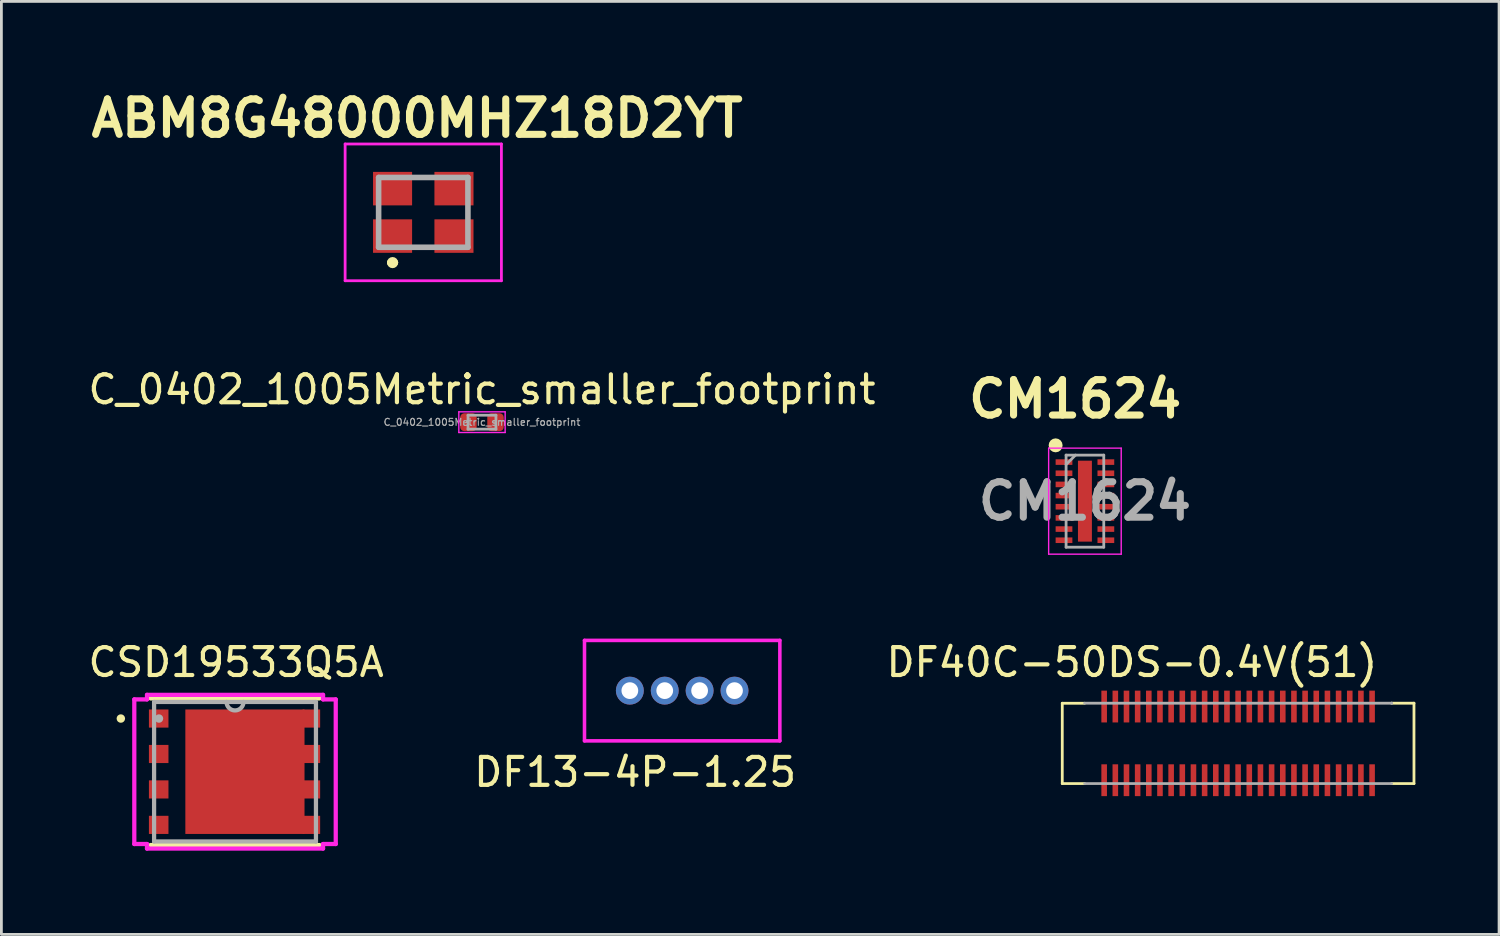
<source format=kicad_pcb>
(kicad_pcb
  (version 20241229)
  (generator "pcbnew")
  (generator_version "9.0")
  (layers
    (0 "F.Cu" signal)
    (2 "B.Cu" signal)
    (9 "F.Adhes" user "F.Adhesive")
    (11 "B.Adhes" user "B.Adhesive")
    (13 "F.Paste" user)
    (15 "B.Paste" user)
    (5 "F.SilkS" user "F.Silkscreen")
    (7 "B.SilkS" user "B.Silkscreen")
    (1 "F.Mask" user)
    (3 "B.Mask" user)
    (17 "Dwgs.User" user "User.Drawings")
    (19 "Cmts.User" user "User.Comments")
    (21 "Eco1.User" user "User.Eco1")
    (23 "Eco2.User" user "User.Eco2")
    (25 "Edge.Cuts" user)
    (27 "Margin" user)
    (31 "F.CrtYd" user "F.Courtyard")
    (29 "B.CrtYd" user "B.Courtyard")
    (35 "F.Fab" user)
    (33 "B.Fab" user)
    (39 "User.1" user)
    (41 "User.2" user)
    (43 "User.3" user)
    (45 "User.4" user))
  (footprint "DF40C-50DS-0.4V(51)"
    (layer "F.Cu")
    (at 41.313 23.586)
    (property "Reference" "DF40C-50DS-0.4V(51)" (at -3.807 -2.905 0) (layer "F.SilkS") (effects (font (size 1 1) (thickness 0.15))))
    (attr through_hole)
    (fp_line (start -6.301 -1.438) (end -6.301 1.44) (stroke (width 0.1) (type solid)) (layer "F.SilkS"))
    (fp_line (start -6.301 1.44) (end -5.499 1.44) (stroke (width 0.1) (type solid)) (layer "F.SilkS"))
    (fp_line (start -5.499 -1.438) (end -6.301 -1.438) (stroke (width 0.1) (type solid)) (layer "F.SilkS"))
    (fp_line (start 5.501 -1.44) (end 6.301 -1.44) (stroke (width 0.1) (type solid)) (layer "F.SilkS"))
    (fp_line (start 6.301 -1.44) (end 6.301 1.44) (stroke (width 0.1) (type solid)) (layer "F.SilkS"))
    (fp_line (start 6.301 1.44) (end 5.499 1.44) (stroke (width 0.1) (type solid)) (layer "F.SilkS"))
    (fp_line (start -5.501 -1.44) (end 5.501 -1.44) (stroke (width 0.1) (type solid)) (layer "F.Fab"))
    (fp_line (start -5.499 1.44) (end 5.499 1.44) (stroke (width 0.1) (type solid)) (layer "F.Fab"))
    (fp_line (start 5.501 -1.44) (end 5.501 -1.441) (stroke (width 0.1) (type solid)) (layer "F.Fab"))
    (pad "1" smd rect (at -4.8 1.32) (size 0.2 1.14) (layers "F.Cu" "F.Mask" "F.Paste"))
    (pad "2" smd rect (at -4.8 -1.32) (size 0.2 1.14) (layers "F.Cu" "F.Mask" "F.Paste"))
    (pad "3" smd rect (at -4.4 1.32) (size 0.2 1.14) (layers "F.Cu" "F.Mask" "F.Paste"))
    (pad "4" smd rect (at -4.4 -1.32) (size 0.2 1.14) (layers "F.Cu" "F.Mask" "F.Paste"))
    (pad "5" smd rect (at -4 1.32) (size 0.2 1.14) (layers "F.Cu" "F.Mask" "F.Paste"))
    (pad "6" smd rect (at -4 -1.32) (size 0.2 1.14) (layers "F.Cu" "F.Mask" "F.Paste"))
    (pad "7" smd rect (at -3.6 1.32) (size 0.2 1.14) (layers "F.Cu" "F.Mask" "F.Paste"))
    (pad "8" smd rect (at -3.6 -1.32) (size 0.2 1.14) (layers "F.Cu" "F.Mask" "F.Paste"))
    (pad "9" smd rect (at -3.2 1.32) (size 0.2 1.14) (layers "F.Cu" "F.Mask" "F.Paste"))
    (pad "10" smd rect (at -3.2 -1.32) (size 0.2 1.14) (layers "F.Cu" "F.Mask" "F.Paste"))
    (pad "11" smd rect (at -2.8 1.32) (size 0.2 1.14) (layers "F.Cu" "F.Mask" "F.Paste"))
    (pad "12" smd rect (at -2.8 -1.32) (size 0.2 1.14) (layers "F.Cu" "F.Mask" "F.Paste"))
    (pad "13" smd rect (at -2.4 1.32) (size 0.2 1.14) (layers "F.Cu" "F.Mask" "F.Paste"))
    (pad "14" smd rect (at -2.4 -1.32) (size 0.2 1.14) (layers "F.Cu" "F.Mask" "F.Paste"))
    (pad "15" smd rect (at -2 1.32) (size 0.2 1.14) (layers "F.Cu" "F.Mask" "F.Paste"))
    (pad "16" smd rect (at -2 -1.32) (size 0.2 1.14) (layers "F.Cu" "F.Mask" "F.Paste"))
    (pad "17" smd rect (at -1.6 1.32) (size 0.2 1.14) (layers "F.Cu" "F.Mask" "F.Paste"))
    (pad "18" smd rect (at -1.6 -1.32) (size 0.2 1.14) (layers "F.Cu" "F.Mask" "F.Paste"))
    (pad "19" smd rect (at -1.2 1.32) (size 0.2 1.14) (layers "F.Cu" "F.Mask" "F.Paste"))
    (pad "20" smd rect (at -1.2 -1.32) (size 0.2 1.14) (layers "F.Cu" "F.Mask" "F.Paste"))
    (pad "21" smd rect (at -0.8 1.32) (size 0.2 1.14) (layers "F.Cu" "F.Mask" "F.Paste"))
    (pad "22" smd rect (at -0.8 -1.32) (size 0.2 1.14) (layers "F.Cu" "F.Mask" "F.Paste"))
    (pad "23" smd rect (at -0.4 1.32) (size 0.2 1.14) (layers "F.Cu" "F.Mask" "F.Paste"))
    (pad "24" smd rect (at -0.4 -1.32) (size 0.2 1.14) (layers "F.Cu" "F.Mask" "F.Paste"))
    (pad "25" smd rect (at 0 1.32) (size 0.2 1.14) (layers "F.Cu" "F.Mask" "F.Paste"))
    (pad "26" smd rect (at 0 -1.32) (size 0.2 1.14) (layers "F.Cu" "F.Mask" "F.Paste"))
    (pad "27" smd rect (at 0.4 1.32) (size 0.2 1.14) (layers "F.Cu" "F.Mask" "F.Paste"))
    (pad "28" smd rect (at 0.4 -1.32) (size 0.2 1.14) (layers "F.Cu" "F.Mask" "F.Paste"))
    (pad "29" smd rect (at 0.8 1.32) (size 0.2 1.14) (layers "F.Cu" "F.Mask" "F.Paste"))
    (pad "30" smd rect (at 0.8 -1.32) (size 0.2 1.14) (layers "F.Cu" "F.Mask" "F.Paste"))
    (pad "31" smd rect (at 1.2 1.32) (size 0.2 1.14) (layers "F.Cu" "F.Mask" "F.Paste"))
    (pad "32" smd rect (at 1.2 -1.32) (size 0.2 1.14) (layers "F.Cu" "F.Mask" "F.Paste"))
    (pad "33" smd rect (at 1.6 1.32) (size 0.2 1.14) (layers "F.Cu" "F.Mask" "F.Paste"))
    (pad "34" smd rect (at 1.6 -1.32) (size 0.2 1.14) (layers "F.Cu" "F.Mask" "F.Paste"))
    (pad "35" smd rect (at 2 1.32) (size 0.2 1.14) (layers "F.Cu" "F.Mask" "F.Paste"))
    (pad "36" smd rect (at 2 -1.32) (size 0.2 1.14) (layers "F.Cu" "F.Mask" "F.Paste"))
    (pad "37" smd rect (at 2.4 1.32) (size 0.2 1.14) (layers "F.Cu" "F.Mask" "F.Paste"))
    (pad "38" smd rect (at 2.4 -1.32) (size 0.2 1.14) (layers "F.Cu" "F.Mask" "F.Paste"))
    (pad "39" smd rect (at 2.8 1.32) (size 0.2 1.14) (layers "F.Cu" "F.Mask" "F.Paste"))
    (pad "40" smd rect (at 2.8 -1.32) (size 0.2 1.14) (layers "F.Cu" "F.Mask" "F.Paste"))
    (pad "41" smd rect (at 3.2 1.32) (size 0.2 1.14) (layers "F.Cu" "F.Mask" "F.Paste"))
    (pad "42" smd rect (at 3.2 -1.32) (size 0.2 1.14) (layers "F.Cu" "F.Mask" "F.Paste"))
    (pad "43" smd rect (at 3.6 1.32) (size 0.2 1.14) (layers "F.Cu" "F.Mask" "F.Paste"))
    (pad "44" smd rect (at 3.6 -1.32) (size 0.2 1.14) (layers "F.Cu" "F.Mask" "F.Paste"))
    (pad "45" smd rect (at 4 1.32) (size 0.2 1.14) (layers "F.Cu" "F.Mask" "F.Paste"))
    (pad "46" smd rect (at 4 -1.32) (size 0.2 1.14) (layers "F.Cu" "F.Mask" "F.Paste"))
    (pad "47" smd rect (at 4.4 1.32) (size 0.2 1.14) (layers "F.Cu" "F.Mask" "F.Paste"))
    (pad "48" smd rect (at 4.4 -1.32) (size 0.2 1.14) (layers "F.Cu" "F.Mask" "F.Paste"))
    (pad "49" smd rect (at 4.8 1.32) (size 0.2 1.14) (layers "F.Cu" "F.Mask" "F.Paste"))
    (pad "50" smd rect (at 4.8 -1.32) (size 0.2 1.14) (layers "F.Cu" "F.Mask" "F.Paste")))
  (footprint "CSD19533Q5A"
    (layer "F.Cu")
    (at 5.371 24.601)
    (property "Reference" "CSD19533Q5A" (at 0.04 -3.92 0) (layer "F.SilkS") (effects (font (size 1 1) (thickness 0.15))))
    (attr through_hole)
    (fp_line (start -3.12 -2.3) (end -3.12 -1.51) (stroke (width 0.152) (type solid)) (layer "F.Mask"))
    (fp_line (start -3.12 -1.51) (end -2.35 -1.51) (stroke (width 0.152) (type solid)) (layer "F.Mask"))
    (fp_line (start -3.12 -1.03) (end -3.12 -0.24) (stroke (width 0.152) (type solid)) (layer "F.Mask"))
    (fp_line (start -3.12 -0.24) (end -2.35 -0.24) (stroke (width 0.152) (type solid)) (layer "F.Mask"))
    (fp_line (start -3.12 0.24) (end -3.12 1.03) (stroke (width 0.152) (type solid)) (layer "F.Mask"))
    (fp_line (start -3.12 1.03) (end -2.35 1.03) (stroke (width 0.152) (type solid)) (layer "F.Mask"))
    (fp_line (start -3.12 1.51) (end -3.12 2.3) (stroke (width 0.152) (type solid)) (layer "F.Mask"))
    (fp_line (start -3.12 2.3) (end -2.35 2.3) (stroke (width 0.152) (type solid)) (layer "F.Mask"))
    (fp_line (start -2.35 -2.3) (end -3.12 -2.3) (stroke (width 0.152) (type solid)) (layer "F.Mask"))
    (fp_line (start -2.35 -1.51) (end -2.35 -2.3) (stroke (width 0.152) (type solid)) (layer "F.Mask"))
    (fp_line (start -2.35 -1.03) (end -3.12 -1.03) (stroke (width 0.152) (type solid)) (layer "F.Mask"))
    (fp_line (start -2.35 -0.24) (end -2.35 -1.03) (stroke (width 0.152) (type solid)) (layer "F.Mask"))
    (fp_line (start -2.35 0.24) (end -3.12 0.24) (stroke (width 0.152) (type solid)) (layer "F.Mask"))
    (fp_line (start -2.35 1.03) (end -2.35 0.24) (stroke (width 0.152) (type solid)) (layer "F.Mask"))
    (fp_line (start -2.35 1.51) (end -3.12 1.51) (stroke (width 0.152) (type solid)) (layer "F.Mask"))
    (fp_line (start -2.35 2.3) (end -2.35 1.51) (stroke (width 0.152) (type solid)) (layer "F.Mask"))
    (fp_line (start 2.35 -2.3) (end 2.35 -1.51) (stroke (width 0.152) (type solid)) (layer "F.Mask"))
    (fp_line (start 2.35 -1.51) (end 3.12 -1.51) (stroke (width 0.152) (type solid)) (layer "F.Mask"))
    (fp_line (start 2.35 -1.03) (end 2.35 -0.24) (stroke (width 0.152) (type solid)) (layer "F.Mask"))
    (fp_line (start 2.35 -0.24) (end 3.12 -0.24) (stroke (width 0.152) (type solid)) (layer "F.Mask"))
    (fp_line (start 2.35 0.24) (end 2.35 1.03) (stroke (width 0.152) (type solid)) (layer "F.Mask"))
    (fp_line (start 2.35 1.03) (end 3.12 1.03) (stroke (width 0.152) (type solid)) (layer "F.Mask"))
    (fp_line (start 2.35 1.51) (end 2.35 2.3) (stroke (width 0.152) (type solid)) (layer "F.Mask"))
    (fp_line (start 2.35 2.3) (end 3.12 2.3) (stroke (width 0.152) (type solid)) (layer "F.Mask"))
    (fp_line (start 3.12 -2.3) (end 2.35 -2.3) (stroke (width 0.152) (type solid)) (layer "F.Mask"))
    (fp_line (start 3.12 -1.51) (end 3.12 -2.3) (stroke (width 0.152) (type solid)) (layer "F.Mask"))
    (fp_line (start 3.12 -1.03) (end 2.35 -1.03) (stroke (width 0.152) (type solid)) (layer "F.Mask"))
    (fp_line (start 3.12 -0.24) (end 3.12 -1.03) (stroke (width 0.152) (type solid)) (layer "F.Mask"))
    (fp_line (start 3.12 0.24) (end 2.35 0.24) (stroke (width 0.152) (type solid)) (layer "F.Mask"))
    (fp_line (start 3.12 1.03) (end 3.12 0.24) (stroke (width 0.152) (type solid)) (layer "F.Mask"))
    (fp_line (start 3.12 1.51) (end 2.35 1.51) (stroke (width 0.152) (type solid)) (layer "F.Mask"))
    (fp_line (start 3.12 2.3) (end 3.12 1.51) (stroke (width 0.152) (type solid)) (layer "F.Mask"))
    (fp_line (start -3.027 2.627) (end 3.027 2.627) (stroke (width 0.152) (type solid)) (layer "F.SilkS"))
    (fp_line (start 3.027 -2.627) (end -3.027 -2.627) (stroke (width 0.152) (type solid)) (layer "F.SilkS"))
    (fp_circle (center -4.091 -1.905) (end -4.015 -1.905) (stroke (width 0.152) (type solid)) (fill no) (layer "F.SilkS"))
    (fp_line (start -3.609 -2.591) (end -3.154 -2.591) (stroke (width 0.152) (type solid)) (layer "F.CrtYd"))
    (fp_line (start -3.609 2.591) (end -3.609 -2.591) (stroke (width 0.152) (type solid)) (layer "F.CrtYd"))
    (fp_line (start -3.154 -2.754) (end 3.154 -2.754) (stroke (width 0.152) (type solid)) (layer "F.CrtYd"))
    (fp_line (start -3.154 -2.591) (end -3.154 -2.754) (stroke (width 0.152) (type solid)) (layer "F.CrtYd"))
    (fp_line (start -3.154 2.591) (end -3.609 2.591) (stroke (width 0.152) (type solid)) (layer "F.CrtYd"))
    (fp_line (start -3.154 2.754) (end -3.154 2.591) (stroke (width 0.152) (type solid)) (layer "F.CrtYd"))
    (fp_line (start 3.154 -2.754) (end 3.154 -2.591) (stroke (width 0.152) (type solid)) (layer "F.CrtYd"))
    (fp_line (start 3.154 -2.591) (end 3.609 -2.591) (stroke (width 0.152) (type solid)) (layer "F.CrtYd"))
    (fp_line (start 3.154 2.591) (end 3.154 2.754) (stroke (width 0.152) (type solid)) (layer "F.CrtYd"))
    (fp_line (start 3.154 2.754) (end -3.154 2.754) (stroke (width 0.152) (type solid)) (layer "F.CrtYd"))
    (fp_line (start 3.609 -2.591) (end 3.609 2.591) (stroke (width 0.152) (type solid)) (layer "F.CrtYd"))
    (fp_line (start 3.609 2.591) (end 3.154 2.591) (stroke (width 0.152) (type solid)) (layer "F.CrtYd"))
    (fp_line (start -2.9 -2.5) (end -2.9 2.5) (stroke (width 0.152) (type solid)) (layer "F.Fab"))
    (fp_line (start -2.9 2.5) (end 2.9 2.5) (stroke (width 0.152) (type solid)) (layer "F.Fab"))
    (fp_line (start 2.9 -2.5) (end -2.9 -2.5) (stroke (width 0.152) (type solid)) (layer "F.Fab"))
    (fp_line (start 2.9 2.5) (end 2.9 -2.5) (stroke (width 0.152) (type solid)) (layer "F.Fab"))
    (fp_arc (start 0.3048 -2.5) (mid 0 -2.1952) (end -0.3048 -2.5) (stroke (width 0.1524) (type solid)) (layer "F.Fab"))
    (fp_circle (center -2.725 -1.905) (end -2.649 -1.905) (stroke (width 0.152) (type solid)) (fill no) (layer "F.Fab"))
    (pad "" smd rect (at -0.868 -1.095) (size 1.235 1.57) (layers "F.Paste"))
    (pad "" smd rect (at -0.868 1.095) (size 1.235 1.57) (layers "F.Paste"))
    (pad "" smd rect (at 1.042 -1.095) (size 1.585 1.57) (layers "F.Paste"))
    (pad "" smd rect (at 1.042 1.095) (size 1.585 1.57) (layers "F.Paste"))
    (pad "1" smd rect (at -2.735 -1.905) (size 0.7 0.65) (layers "F.Cu" "F.Mask" "F.Paste"))
    (pad "2" smd rect (at -2.735 -0.635) (size 0.7 0.65) (layers "F.Cu" "F.Mask" "F.Paste"))
    (pad "3" smd rect (at -2.735 0.635) (size 0.7 0.65) (layers "F.Cu" "F.Mask" "F.Paste"))
    (pad "4" smd rect (at -2.735 1.905) (size 0.7 0.65) (layers "F.Cu" "F.Mask" "F.Paste"))
    (pad "5" smd rect (at 2.735 1.905) (size 0.63 0.65) (layers "F.Cu" "F.Mask" "F.Paste"))
    (pad "6" smd rect (at 2.735 0.635) (size 0.63 0.65) (layers "F.Cu" "F.Mask" "F.Paste"))
    (pad "7" smd rect (at 2.735 -0.635) (size 0.63 0.65) (layers "F.Cu" "F.Mask" "F.Paste"))
    (pad "8" smd rect (at 0.355 0) (size 4.27 4.46) (layers "F.Cu" "F.Mask"))
    (pad "8" smd rect (at 2.735 -1.905) (size 0.63 0.65) (layers "F.Cu" "F.Mask" "F.Paste")))
  (footprint "DF13-4P-1.25"
    (layer "F.Cu")
    (at 22.018 21.696)
    (property "Reference" "DF13-4P-1.25" (at -2.31 2.92 0) (layer "F.SilkS") (effects (font (size 1 1) (thickness 0.15))))
    (attr through_hole)
    (fp_line (start -4.125 1.8) (end -4.125 -1.8) (stroke (width 0.127) (type solid)) (layer "F.CrtYd"))
    (fp_line (start 2.875 -1.8) (end -4.125 -1.8) (stroke (width 0.127) (type solid)) (layer "F.CrtYd"))
    (fp_line (start 2.875 -1.8) (end 2.875 1.8) (stroke (width 0.127) (type solid)) (layer "F.CrtYd"))
    (fp_line (start 2.875 1.8) (end -4.125 1.8) (stroke (width 0.127) (type solid)) (layer "F.CrtYd"))
    (pad "1" thru_hole circle (at 1.25 0) (size 1 1) (drill 0.6) (layers "*.Cu" "*.Mask"))
    (pad "2" thru_hole circle (at 0 0) (size 1 1) (drill 0.6) (layers "*.Cu" "*.Mask"))
    (pad "3" thru_hole circle (at -1.25 0) (size 1 1) (drill 0.6) (layers "*.Cu" "*.Mask"))
    (pad "4" thru_hole circle (at -2.5 0) (size 1 1) (drill 0.6) (layers "*.Cu" "*.Mask")))
  (footprint "C_0402_1005Metric_smaller_footprint"
    (layer "F.Cu")
    (at 14.22 12.077)
    (property "Reference" "C_0402_1005Metric_smaller_footprint" (at 0 -1.17 0) (layer "F.SilkS") (effects (font (size 1 1) (thickness 0.15))))
    (attr smd)
    (fp_line (start -0.83 -0.37) (end 0.83 -0.37) (stroke (width 0.05) (type solid)) (layer "F.CrtYd"))
    (fp_line (start -0.83 0.37) (end -0.83 -0.37) (stroke (width 0.05) (type solid)) (layer "F.CrtYd"))
    (fp_line (start 0.83 -0.37) (end 0.83 0.37) (stroke (width 0.05) (type solid)) (layer "F.CrtYd"))
    (fp_line (start 0.83 0.37) (end -0.83 0.37) (stroke (width 0.05) (type solid)) (layer "F.CrtYd"))
    (fp_line (start -0.5 -0.25) (end 0.5 -0.25) (stroke (width 0.1) (type solid)) (layer "F.Fab"))
    (fp_line (start -0.5 0.25) (end -0.5 -0.25) (stroke (width 0.1) (type solid)) (layer "F.Fab"))
    (fp_line (start 0.5 -0.25) (end 0.5 0.25) (stroke (width 0.1) (type solid)) (layer "F.Fab"))
    (fp_line (start 0.5 0.25) (end -0.5 0.25) (stroke (width 0.1) (type solid)) (layer "F.Fab"))
    (fp_text user "${REFERENCE}" (at 0 0 0) (layer "F.Fab") (effects (font (size 0.25 0.25) (thickness 0.04))))
    (pad "1" smd roundrect (at -0.485 0) (size 0.59 0.64) (layers "F.Cu" "F.Mask" "F.Paste") (roundrect_rratio 0.25))
    (pad "2" smd roundrect (at 0.485 0) (size 0.59 0.64) (layers "F.Cu" "F.Mask" "F.Paste") (roundrect_rratio 0.25)))
  (footprint "ABM8G48000MHZ18D2YT"
    (layer "F.Cu")
    (at 12.116 4.559)
    (property "Reference" "ABM8G48000MHZ18D2YT" (at -0.22 -3.37 0) (layer "F.SilkS") (effects (font (size 1.27 1.27) (thickness 0.254))))
    (attr smd)
    (fp_line (start -1.2 1.8) (end -1.2 1.8) (stroke (width 0.2) (type solid)) (layer "F.SilkS"))
    (fp_line (start -1 1.8) (end -1 1.8) (stroke (width 0.2) (type solid)) (layer "F.SilkS"))
    (fp_line (start -0.2 -1.25) (end 0.2 -1.25) (stroke (width 0.1) (type solid)) (layer "F.SilkS"))
    (fp_line (start -0.2 1.25) (end 0.2 1.25) (stroke (width 0.1) (type solid)) (layer "F.SilkS"))
    (fp_arc (start -1.2 1.8) (mid -1.1 1.7) (end -1 1.8) (stroke (width 0.2) (type solid)) (layer "F.SilkS"))
    (fp_arc (start -1 1.8) (mid -1.1 1.9) (end -1.2 1.8) (stroke (width 0.2) (type solid)) (layer "F.SilkS"))
    (fp_line (start -2.8 -2.45) (end 2.8 -2.45) (stroke (width 0.1) (type solid)) (layer "F.CrtYd"))
    (fp_line (start -2.8 2.45) (end -2.8 -2.45) (stroke (width 0.1) (type solid)) (layer "F.CrtYd"))
    (fp_line (start 2.8 -2.45) (end 2.8 2.45) (stroke (width 0.1) (type solid)) (layer "F.CrtYd"))
    (fp_line (start 2.8 2.45) (end -2.8 2.45) (stroke (width 0.1) (type solid)) (layer "F.CrtYd"))
    (fp_line (start -1.6 -1.25) (end 1.6 -1.25) (stroke (width 0.2) (type solid)) (layer "F.Fab"))
    (fp_line (start -1.6 1.25) (end -1.6 -1.25) (stroke (width 0.2) (type solid)) (layer "F.Fab"))
    (fp_line (start 1.6 -1.25) (end 1.6 1.25) (stroke (width 0.2) (type solid)) (layer "F.Fab"))
    (fp_line (start 1.6 1.25) (end -1.6 1.25) (stroke (width 0.2) (type solid)) (layer "F.Fab"))
    (pad "1" smd rect (at -1.1 0.85 90) (size 1.2 1.4) (layers "F.Cu" "F.Mask" "F.Paste"))
    (pad "2" smd rect (at 1.1 0.85 90) (size 1.2 1.4) (layers "F.Cu" "F.Mask" "F.Paste"))
    (pad "3" smd rect (at 1.1 -0.85 90) (size 1.2 1.4) (layers "F.Cu" "F.Mask" "F.Paste"))
    (pad "4" smd rect (at -1.1 -0.85 90) (size 1.2 1.4) (layers "F.Cu" "F.Mask" "F.Paste")))
  (footprint "CM1624"
    (layer "F.Cu")
    (at 35.824 14.907)
    (property "Reference" "CM1624" (at -0.35 -3.66 0) (layer "F.SilkS") (effects (font (size 1.27 1.27) (thickness 0.254))))
    (attr smd)
    (fp_circle (center -1.05 -2) (end -1.05 -1.875) (stroke (width 0.25) (type solid)) (fill no) (layer "F.SilkS"))
    (fp_line (start -1.3 -1.9) (end 1.3 -1.9) (stroke (width 0.05) (type solid)) (layer "F.CrtYd"))
    (fp_line (start -1.3 1.9) (end -1.3 -1.9) (stroke (width 0.05) (type solid)) (layer "F.CrtYd"))
    (fp_line (start 1.3 -1.9) (end 1.3 1.9) (stroke (width 0.05) (type solid)) (layer "F.CrtYd"))
    (fp_line (start 1.3 1.9) (end -1.3 1.9) (stroke (width 0.05) (type solid)) (layer "F.CrtYd"))
    (fp_line (start -0.675 -1.65) (end 0.675 -1.65) (stroke (width 0.1) (type solid)) (layer "F.Fab"))
    (fp_line (start -0.675 -1.312) (end -0.338 -1.65) (stroke (width 0.1) (type solid)) (layer "F.Fab"))
    (fp_line (start -0.675 1.65) (end -0.675 -1.65) (stroke (width 0.1) (type solid)) (layer "F.Fab"))
    (fp_line (start 0.675 -1.65) (end 0.675 1.65) (stroke (width 0.1) (type solid)) (layer "F.Fab"))
    (fp_line (start 0.675 1.65) (end -0.675 1.65) (stroke (width 0.1) (type solid)) (layer "F.Fab"))
    (fp_text user "${REFERENCE}" (at 0 0 0) (layer "F.Fab") (effects (font (size 1.27 1.27) (thickness 0.254))))
    (pad "1" smd rect (at -0.75 -1.4 90) (size 0.2 0.6) (layers "F.Cu" "F.Mask" "F.Paste"))
    (pad "2" smd rect (at -0.75 -1 90) (size 0.2 0.6) (layers "F.Cu" "F.Mask" "F.Paste"))
    (pad "3" smd rect (at -0.75 -0.6 90) (size 0.2 0.6) (layers "F.Cu" "F.Mask" "F.Paste"))
    (pad "4" smd rect (at -0.75 -0.2 90) (size 0.2 0.6) (layers "F.Cu" "F.Mask" "F.Paste"))
    (pad "5" smd rect (at -0.75 0.2 90) (size 0.2 0.6) (layers "F.Cu" "F.Mask" "F.Paste"))
    (pad "6" smd rect (at -0.75 0.6 90) (size 0.2 0.6) (layers "F.Cu" "F.Mask" "F.Paste"))
    (pad "7" smd rect (at -0.75 1 90) (size 0.2 0.6) (layers "F.Cu" "F.Mask" "F.Paste"))
    (pad "8" smd rect (at -0.75 1.4 90) (size 0.2 0.6) (layers "F.Cu" "F.Mask" "F.Paste"))
    (pad "9" smd rect (at 0.75 1.4 90) (size 0.2 0.6) (layers "F.Cu" "F.Mask" "F.Paste"))
    (pad "10" smd rect (at 0.75 1 90) (size 0.2 0.6) (layers "F.Cu" "F.Mask" "F.Paste"))
    (pad "11" smd rect (at 0.75 0.6 90) (size 0.2 0.6) (layers "F.Cu" "F.Mask" "F.Paste"))
    (pad "12" smd rect (at 0.75 0.2 90) (size 0.2 0.6) (layers "F.Cu" "F.Mask" "F.Paste"))
    (pad "13" smd rect (at 0.75 -0.2 90) (size 0.2 0.6) (layers "F.Cu" "F.Mask" "F.Paste"))
    (pad "14" smd rect (at 0.75 -0.6 90) (size 0.2 0.6) (layers "F.Cu" "F.Mask" "F.Paste"))
    (pad "15" smd rect (at 0.75 -1 90) (size 0.2 0.6) (layers "F.Cu" "F.Mask" "F.Paste"))
    (pad "16" smd rect (at 0.75 -1.4 90) (size 0.2 0.6) (layers "F.Cu" "F.Mask" "F.Paste"))
    (pad "17" smd rect (at 0 0) (size 0.5 2.9) (layers "F.Cu" "F.Mask" "F.Paste")))
  (gr_rect
    (start -3 -3)
    (end 50.663 30.431)
    (stroke (width 0.1) (type default))
    (fill no)
    (layer "Edge.Cuts")))
</source>
